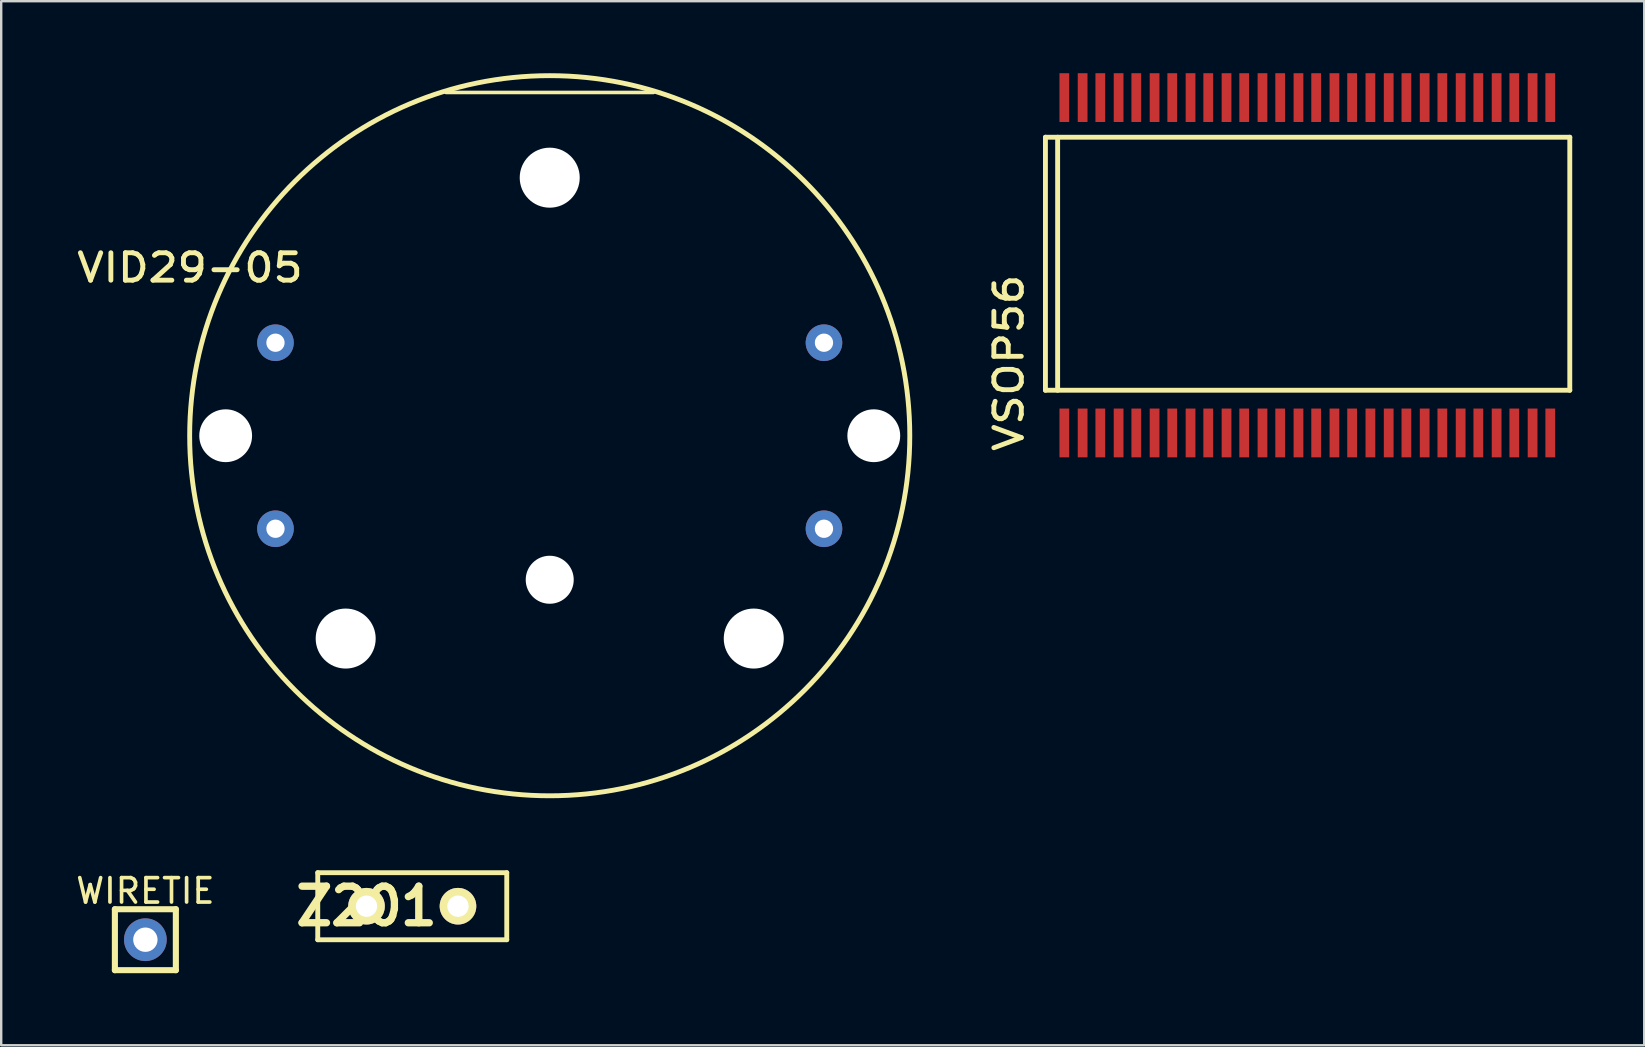
<source format=kicad_pcb>
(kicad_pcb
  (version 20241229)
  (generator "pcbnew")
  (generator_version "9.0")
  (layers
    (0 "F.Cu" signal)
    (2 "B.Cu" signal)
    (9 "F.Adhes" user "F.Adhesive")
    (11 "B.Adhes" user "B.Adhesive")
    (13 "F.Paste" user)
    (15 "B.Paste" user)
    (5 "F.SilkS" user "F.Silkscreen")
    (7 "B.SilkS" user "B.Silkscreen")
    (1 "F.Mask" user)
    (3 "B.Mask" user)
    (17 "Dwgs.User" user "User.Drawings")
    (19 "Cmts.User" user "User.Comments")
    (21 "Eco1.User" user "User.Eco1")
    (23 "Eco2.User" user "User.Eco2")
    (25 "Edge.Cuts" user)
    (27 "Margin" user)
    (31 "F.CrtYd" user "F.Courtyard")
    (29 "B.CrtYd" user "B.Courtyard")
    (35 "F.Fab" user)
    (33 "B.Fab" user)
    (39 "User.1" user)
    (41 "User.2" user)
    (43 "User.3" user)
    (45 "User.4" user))
  (footprint "VID29-05"
    (layer "F.Cu")
    (at 19.851 15.102)
    (property "Reference" "VID29-05" (at -14.986 -6.998 0) (layer "F.SilkS") (effects (font (size 1.143 1.27) (thickness 0.203))))
    (attr through_hole)
    (fp_line (start -4.318 -14.3) (end 4.318 -14.3) (stroke (width 0.15) (type solid)) (layer "F.SilkS"))
    (fp_circle (center 0 0) (end 15 0) (stroke (width 0.203) (type solid)) (fill no) (layer "F.SilkS"))
    (fp_line (start -3.81 -14.351) (end 3.683 -14.351) (stroke (width 0.203) (type solid)) (layer "Eco1.User"))
    (fp_circle (center 0 0) (end 14.859 0) (stroke (width 0.203) (type solid)) (fill no) (layer "Eco1.User"))
    (pad "" np_thru_hole circle (at -13.5 0) (size 2.2 2.2) (drill 2.2) (layers "*.Cu" "*.Mask"))
    (pad "" np_thru_hole circle (at -8.5 8.45) (size 2.5 2.5) (drill 2.5) (layers "*.Cu" "*.Mask"))
    (pad "" np_thru_hole circle (at 0 -10.75) (size 2.5 2.5) (drill 2.5) (layers "*.Cu" "*.Mask"))
    (pad "" np_thru_hole circle (at 0 6) (size 2 2) (drill 2) (layers "*.Cu" "*.Mask"))
    (pad "" np_thru_hole circle (at 8.5 8.45) (size 2.5 2.5) (drill 2.5) (layers "*.Cu" "*.Mask"))
    (pad "" np_thru_hole circle (at 13.5 0) (size 2.2 2.2) (drill 2.2) (layers "*.Cu" "*.Mask"))
    (pad "1" thru_hole circle (at 11.425 -3.875) (size 1.524 1.524) (drill 0.762) (layers "*.Cu" "*.Mask" "Eco1.User"))
    (pad "2" thru_hole circle (at 11.425 3.875) (size 1.524 1.524) (drill 0.762) (layers "*.Cu" "*.Mask" "Eco1.User"))
    (pad "3" thru_hole circle (at -11.425 3.875) (size 1.524 1.524) (drill 0.762) (layers "*.Cu" "*.Mask" "Eco1.User"))
    (pad "4" thru_hole circle (at -11.425 -3.875) (size 1.524 1.524) (drill 0.762) (layers "*.Cu" "*.Mask" "Eco1.User")))
  (footprint "WIRETIE"
    (layer "F.Cu")
    (at 3.006 36.097)
    (property "Reference" "WIRETIE" (at 0 -2.032 0) (layer "F.SilkS") (effects (font (size 1.016 1.016) (thickness 0.152))))
    (attr smd)
    (fp_line (start -1.27 -1.27) (end -1.27 1.27) (stroke (width 0.254) (type solid)) (layer "F.SilkS"))
    (fp_line (start -1.27 1.27) (end 1.27 1.27) (stroke (width 0.254) (type solid)) (layer "F.SilkS"))
    (fp_line (start 1.27 -1.27) (end -1.27 -1.27) (stroke (width 0.254) (type solid)) (layer "F.SilkS"))
    (fp_line (start 1.27 1.27) (end 1.27 -1.27) (stroke (width 0.254) (type solid)) (layer "F.SilkS"))
    (fp_line (start -1.27 -1.27) (end -1.27 1.27) (stroke (width 0.254) (type solid)) (layer "Eco1.User"))
    (fp_line (start -1.27 1.27) (end 1.27 1.27) (stroke (width 0.254) (type solid)) (layer "Eco1.User"))
    (fp_line (start 1.27 -1.27) (end -1.27 -1.27) (stroke (width 0.254) (type solid)) (layer "Eco1.User"))
    (fp_line (start 1.27 1.27) (end 1.27 -1.27) (stroke (width 0.254) (type solid)) (layer "Eco1.User"))
    (pad "1" thru_hole circle (at 0 0) (size 1.778 1.778) (drill 1.016) (layers "*.Cu" "*.Mask" "Eco1.User" "Eco2.User")))
  (footprint "Z201"
    (layer "F.Cu")
    (at 12.219 34.702)
    (property "Reference" "Z201" (at 0 0 0) (layer "F.SilkS") (effects (font (size 1.524 1.524) (thickness 0.305))))
    (attr smd)
    (fp_line (start -2.032 -1.397) (end 5.842 -1.397) (stroke (width 0.203) (type solid)) (layer "F.SilkS"))
    (fp_line (start -2.032 1.397) (end -2.032 -1.397) (stroke (width 0.203) (type solid)) (layer "F.SilkS"))
    (fp_line (start 5.842 -1.397) (end 5.842 1.397) (stroke (width 0.203) (type solid)) (layer "F.SilkS"))
    (fp_line (start 5.842 1.397) (end -2.032 1.397) (stroke (width 0.203) (type solid)) (layer "F.SilkS"))
    (fp_line (start -2.032 -1.397) (end -2.032 1.397) (stroke (width 0.203) (type solid)) (layer "Eco1.User"))
    (fp_line (start 5.842 -1.397) (end -2.032 -1.397) (stroke (width 0.203) (type solid)) (layer "Eco1.User"))
    (fp_line (start 5.842 -1.397) (end 5.842 1.397) (stroke (width 0.203) (type solid)) (layer "Eco1.User"))
    (fp_line (start 5.842 1.397) (end -2.032 1.397) (stroke (width 0.203) (type solid)) (layer "Eco1.User"))
    (pad "1" thru_hole circle (at 0 0) (size 1.524 1.524) (drill 0.889) (layers "*.Cu" "*.Mask" "F.SilkS"))
    (pad "2" thru_hole circle (at 3.81 0) (size 1.524 1.524) (drill 0.889) (layers "*.Cu" "*.Mask" "F.SilkS")))
  (footprint "VSOP56"
    (layer "F.Cu")
    (at 51.424 8.001)
    (property "Reference" "VSOP56" (at -12.446 4.064 90) (layer "F.SilkS") (effects (font (size 1.143 1.27) (thickness 0.203))))
    (attr smd)
    (fp_line (start -10.922 -5.334) (end 10.922 -5.334) (stroke (width 0.203) (type solid)) (layer "F.SilkS"))
    (fp_line (start -10.922 5.207) (end -10.922 -5.334) (stroke (width 0.203) (type solid)) (layer "F.SilkS"))
    (fp_line (start -10.414 5.207) (end -10.414 -5.334) (stroke (width 0.203) (type solid)) (layer "F.SilkS"))
    (fp_line (start 10.922 -5.334) (end 10.922 5.207) (stroke (width 0.203) (type solid)) (layer "F.SilkS"))
    (fp_line (start 10.922 5.207) (end -10.922 5.207) (stroke (width 0.203) (type solid)) (layer "F.SilkS"))
    (fp_line (start -10.922 -5.334) (end -10.922 5.207) (stroke (width 0.203) (type solid)) (layer "Eco1.User"))
    (fp_line (start -10.922 5.207) (end 10.922 5.207) (stroke (width 0.203) (type solid)) (layer "Eco1.User"))
    (fp_line (start -10.414 5.207) (end -10.414 -5.334) (stroke (width 0.203) (type solid)) (layer "Eco1.User"))
    (fp_line (start 10.922 -5.334) (end -10.922 -5.334) (stroke (width 0.203) (type solid)) (layer "Eco1.User"))
    (fp_line (start 10.922 5.207) (end 10.922 -5.334) (stroke (width 0.203) (type solid)) (layer "Eco1.User"))
    (pad "1" smd rect (at -10.135 6.985) (size 0.406 2.032) (layers "F.Cu" "F.Mask" "F.Paste" "Eco1.User"))
    (pad "2" smd rect (at -9.373 6.985) (size 0.406 2.032) (layers "F.Cu" "F.Mask" "F.Paste" "Eco1.User"))
    (pad "3" smd rect (at -8.636 6.985) (size 0.406 2.032) (layers "F.Cu" "F.Mask" "F.Paste" "Eco1.User"))
    (pad "4" smd rect (at -7.874 6.985) (size 0.406 2.032) (layers "F.Cu" "F.Mask" "F.Paste" "Eco1.User"))
    (pad "5" smd rect (at -7.137 6.985) (size 0.406 2.032) (layers "F.Cu" "F.Mask" "F.Paste" "Eco1.User"))
    (pad "6" smd rect (at -6.375 6.985) (size 0.406 2.032) (layers "F.Cu" "F.Mask" "F.Paste" "Eco1.User"))
    (pad "7" smd rect (at -5.639 6.985) (size 0.406 2.032) (layers "F.Cu" "F.Mask" "F.Paste" "Eco1.User"))
    (pad "8" smd rect (at -4.877 6.985) (size 0.406 2.032) (layers "F.Cu" "F.Mask" "F.Paste" "Eco1.User"))
    (pad "9" smd rect (at -4.14 6.985) (size 0.406 2.032) (layers "F.Cu" "F.Mask" "F.Paste" "Eco1.User"))
    (pad "10" smd rect (at -3.378 6.985) (size 0.406 2.032) (layers "F.Cu" "F.Mask" "F.Paste" "Eco1.User"))
    (pad "11" smd rect (at -2.642 6.985) (size 0.406 2.032) (layers "F.Cu" "F.Mask" "F.Paste" "Eco1.User"))
    (pad "12" smd rect (at -1.88 6.985) (size 0.406 2.032) (layers "F.Cu" "F.Mask" "F.Paste" "Eco1.User"))
    (pad "13" smd rect (at -1.143 6.985) (size 0.406 2.032) (layers "F.Cu" "F.Mask" "F.Paste" "Eco1.User"))
    (pad "14" smd rect (at -0.381 6.985) (size 0.406 2.032) (layers "F.Cu" "F.Mask" "F.Paste" "Eco1.User"))
    (pad "15" smd rect (at 0.356 6.985) (size 0.406 2.032) (layers "F.Cu" "F.Mask" "F.Paste" "Eco1.User"))
    (pad "16" smd rect (at 1.118 6.985) (size 0.406 2.032) (layers "F.Cu" "F.Mask" "F.Paste" "Eco1.User"))
    (pad "17" smd rect (at 1.854 6.985) (size 0.406 2.032) (layers "F.Cu" "F.Mask" "F.Paste" "Eco1.User"))
    (pad "18" smd rect (at 2.616 6.985) (size 0.406 2.032) (layers "F.Cu" "F.Mask" "F.Paste" "Eco1.User"))
    (pad "19" smd rect (at 3.378 6.985) (size 0.406 2.032) (layers "F.Cu" "F.Mask" "F.Paste" "Eco1.User"))
    (pad "20" smd rect (at 4.115 6.985) (size 0.406 2.032) (layers "F.Cu" "F.Mask" "F.Paste" "Eco1.User"))
    (pad "21" smd rect (at 4.877 6.985) (size 0.406 2.032) (layers "F.Cu" "F.Mask" "F.Paste" "Eco1.User"))
    (pad "22" smd rect (at 5.613 6.985) (size 0.406 2.032) (layers "F.Cu" "F.Mask" "F.Paste" "Eco1.User"))
    (pad "23" smd rect (at 6.375 6.985) (size 0.406 2.032) (layers "F.Cu" "F.Mask" "F.Paste" "Eco1.User"))
    (pad "24" smd rect (at 7.112 6.985) (size 0.406 2.032) (layers "F.Cu" "F.Mask" "F.Paste" "Eco1.User"))
    (pad "25" smd rect (at 7.874 6.985) (size 0.406 2.032) (layers "F.Cu" "F.Mask" "F.Paste" "Eco1.User"))
    (pad "26" smd rect (at 8.611 6.985) (size 0.406 2.032) (layers "F.Cu" "F.Mask" "F.Paste" "Eco1.User"))
    (pad "27" smd rect (at 9.373 6.985) (size 0.406 2.032) (layers "F.Cu" "F.Mask" "F.Paste" "Eco1.User"))
    (pad "28" smd rect (at 10.109 6.985) (size 0.406 2.032) (layers "F.Cu" "F.Mask" "F.Paste" "Eco1.User"))
    (pad "29" smd rect (at 10.109 -6.985) (size 0.406 2.032) (layers "F.Cu" "F.Mask" "F.Paste" "Eco1.User"))
    (pad "30" smd rect (at 9.373 -6.985) (size 0.406 2.032) (layers "F.Cu" "F.Mask" "F.Paste" "Eco1.User"))
    (pad "31" smd rect (at 8.611 -6.985) (size 0.406 2.032) (layers "F.Cu" "F.Mask" "F.Paste" "Eco1.User"))
    (pad "32" smd rect (at 7.874 -6.985) (size 0.406 2.032) (layers "F.Cu" "F.Mask" "F.Paste" "Eco1.User"))
    (pad "33" smd rect (at 7.112 -6.985) (size 0.406 2.032) (layers "F.Cu" "F.Mask" "F.Paste" "Eco1.User"))
    (pad "34" smd rect (at 6.375 -6.985) (size 0.406 2.032) (layers "F.Cu" "F.Mask" "F.Paste" "Eco1.User"))
    (pad "35" smd rect (at 5.613 -6.985) (size 0.406 2.032) (layers "F.Cu" "F.Mask" "F.Paste" "Eco1.User"))
    (pad "36" smd rect (at 4.877 -6.985) (size 0.406 2.032) (layers "F.Cu" "F.Mask" "F.Paste" "Eco1.User"))
    (pad "37" smd rect (at 4.115 -6.985) (size 0.406 2.032) (layers "F.Cu" "F.Mask" "F.Paste" "Eco1.User"))
    (pad "38" smd rect (at 3.378 -6.985) (size 0.406 2.032) (layers "F.Cu" "F.Mask" "F.Paste" "Eco1.User"))
    (pad "39" smd rect (at 2.616 -6.985) (size 0.406 2.032) (layers "F.Cu" "F.Mask" "F.Paste" "Eco1.User"))
    (pad "40" smd rect (at 1.854 -6.985) (size 0.406 2.032) (layers "F.Cu" "F.Mask" "F.Paste" "Eco1.User"))
    (pad "41" smd rect (at 1.118 -6.985) (size 0.406 2.032) (layers "F.Cu" "F.Mask" "F.Paste" "Eco1.User"))
    (pad "42" smd rect (at 0.356 -6.985) (size 0.406 2.032) (layers "F.Cu" "F.Mask" "F.Paste" "Eco1.User"))
    (pad "43" smd rect (at -0.381 -6.985) (size 0.406 2.032) (layers "F.Cu" "F.Mask" "F.Paste" "Eco1.User"))
    (pad "44" smd rect (at -1.143 -6.985) (size 0.406 2.032) (layers "F.Cu" "F.Mask" "F.Paste" "Eco1.User"))
    (pad "45" smd rect (at -1.88 -6.985) (size 0.406 2.032) (layers "F.Cu" "F.Mask" "F.Paste" "Eco1.User"))
    (pad "46" smd rect (at -2.642 -6.985) (size 0.406 2.032) (layers "F.Cu" "F.Mask" "F.Paste" "Eco1.User"))
    (pad "47" smd rect (at -3.378 -6.985) (size 0.406 2.032) (layers "F.Cu" "F.Mask" "F.Paste" "Eco1.User"))
    (pad "48" smd rect (at -4.14 -6.985) (size 0.406 2.032) (layers "F.Cu" "F.Mask" "F.Paste" "Eco1.User"))
    (pad "49" smd rect (at -4.877 -6.985) (size 0.406 2.032) (layers "F.Cu" "F.Mask" "F.Paste" "Eco1.User"))
    (pad "50" smd rect (at -5.639 -6.985) (size 0.406 2.032) (layers "F.Cu" "F.Mask" "F.Paste" "Eco1.User"))
    (pad "51" smd rect (at -6.375 -6.985) (size 0.406 2.032) (layers "F.Cu" "F.Mask" "F.Paste" "Eco1.User"))
    (pad "52" smd rect (at -7.137 -6.985) (size 0.406 2.032) (layers "F.Cu" "F.Mask" "F.Paste" "Eco1.User"))
    (pad "53" smd rect (at -7.874 -6.985) (size 0.406 2.032) (layers "F.Cu" "F.Mask" "F.Paste" "Eco1.User"))
    (pad "54" smd rect (at -8.636 -6.985) (size 0.406 2.032) (layers "F.Cu" "F.Mask" "F.Paste" "Eco1.User"))
    (pad "55" smd rect (at -9.373 -6.985) (size 0.406 2.032) (layers "F.Cu" "F.Mask" "F.Paste" "Eco1.User"))
    (pad "56" smd rect (at -10.135 -6.985) (size 0.406 2.032) (layers "F.Cu" "F.Mask" "F.Paste" "Eco1.User")))
  (gr_rect
    (start -3 -3)
    (end 65.447 40.494)
    (stroke (width 0.1) (type default))
    (fill no)
    (layer "Edge.Cuts")))
</source>
